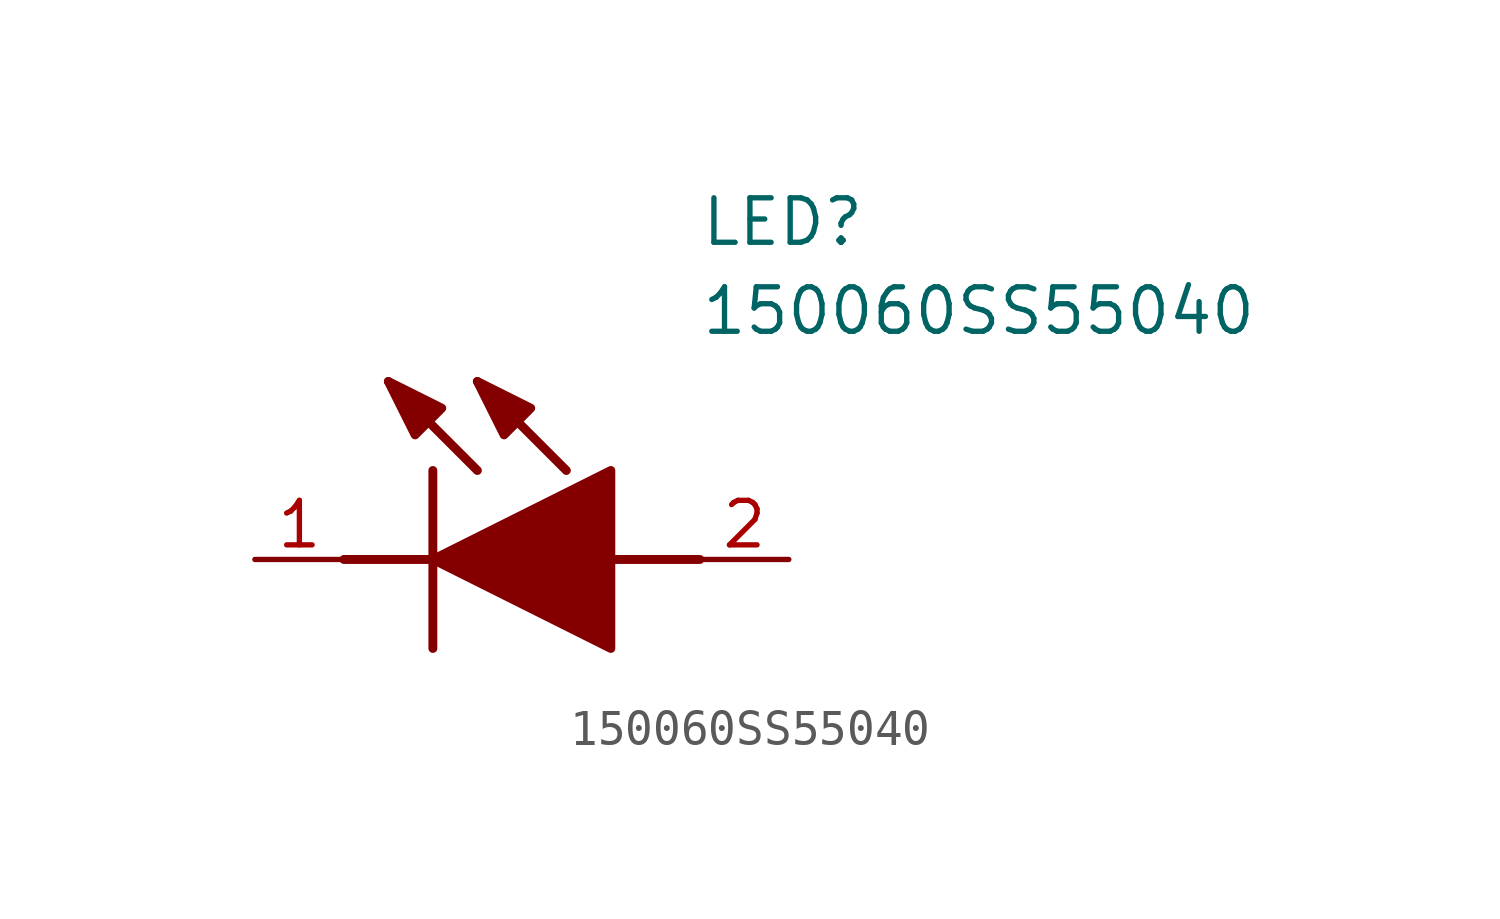
<source format=kicad_sym>
(kicad_symbol_lib
  (version 20211014)
  (generator SamacSys_ECAD_Model)
  (symbol "150060SS55040"
    (pin_names hide)
    (property "Reference" "LED"
      (at 12.7 8.89 0)
      (effects (font (size 1.27 1.27)) (justify left bottom)))
    (property "Value" "150060SS55040"
      (at 12.7 6.35 0)
      (effects (font (size 1.27 1.27)) (justify left bottom)))
    (polyline
      (pts (xy 5.08 2.54) (xy 5.08 -2.54))
      (stroke (width 0.254) (type default))
      (fill (type none)))
    (polyline
      (pts (xy 6.35 2.54) (xy 3.81 5.08))
      (stroke (width 0.254) (type default))
      (fill (type none)))
    (polyline
      (pts (xy 8.89 2.54) (xy 6.35 5.08))
      (stroke (width 0.254) (type default))
      (fill (type none)))
    (polyline
      (pts (xy 2.54 0) (xy 5.08 0))
      (stroke (width 0.254) (type default))
      (fill (type none)))
    (polyline
      (pts (xy 10.16 0) (xy 12.7 0))
      (stroke (width 0.254) (type default))
      (fill (type none)))
    (polyline
      (pts (xy 5.08 0) (xy 10.16 2.54) (xy 10.16 -2.54) (xy 5.08 0))
      (stroke (width 0.254) (type default))
      (fill (type outline)))
    (polyline
      (pts (xy 5.334 4.318) (xy 4.572 3.556) (xy 3.81 5.08) (xy 5.334 4.318))
      (stroke (width 0.254) (type default))
      (fill (type outline)))
    (polyline
      (pts (xy 7.874 4.318) (xy 7.112 3.556) (xy 6.35 5.08) (xy 7.874 4.318))
      (stroke (width 0.254) (type default))
      (fill (type outline)))
    (pin passive line
      (at 0 0 0)
      (length 2.54)
      (name "K" (effects (font (size 1.27 1.27))))
      (number "1" (effects (font (size 1.27 1.27)))))
    (pin passive line
      (at 15.24 0 180)
      (length 2.54)
      (name "A" (effects (font (size 1.27 1.27))))
      (number "2" (effects (font (size 1.27 1.27)))))))
</source>
